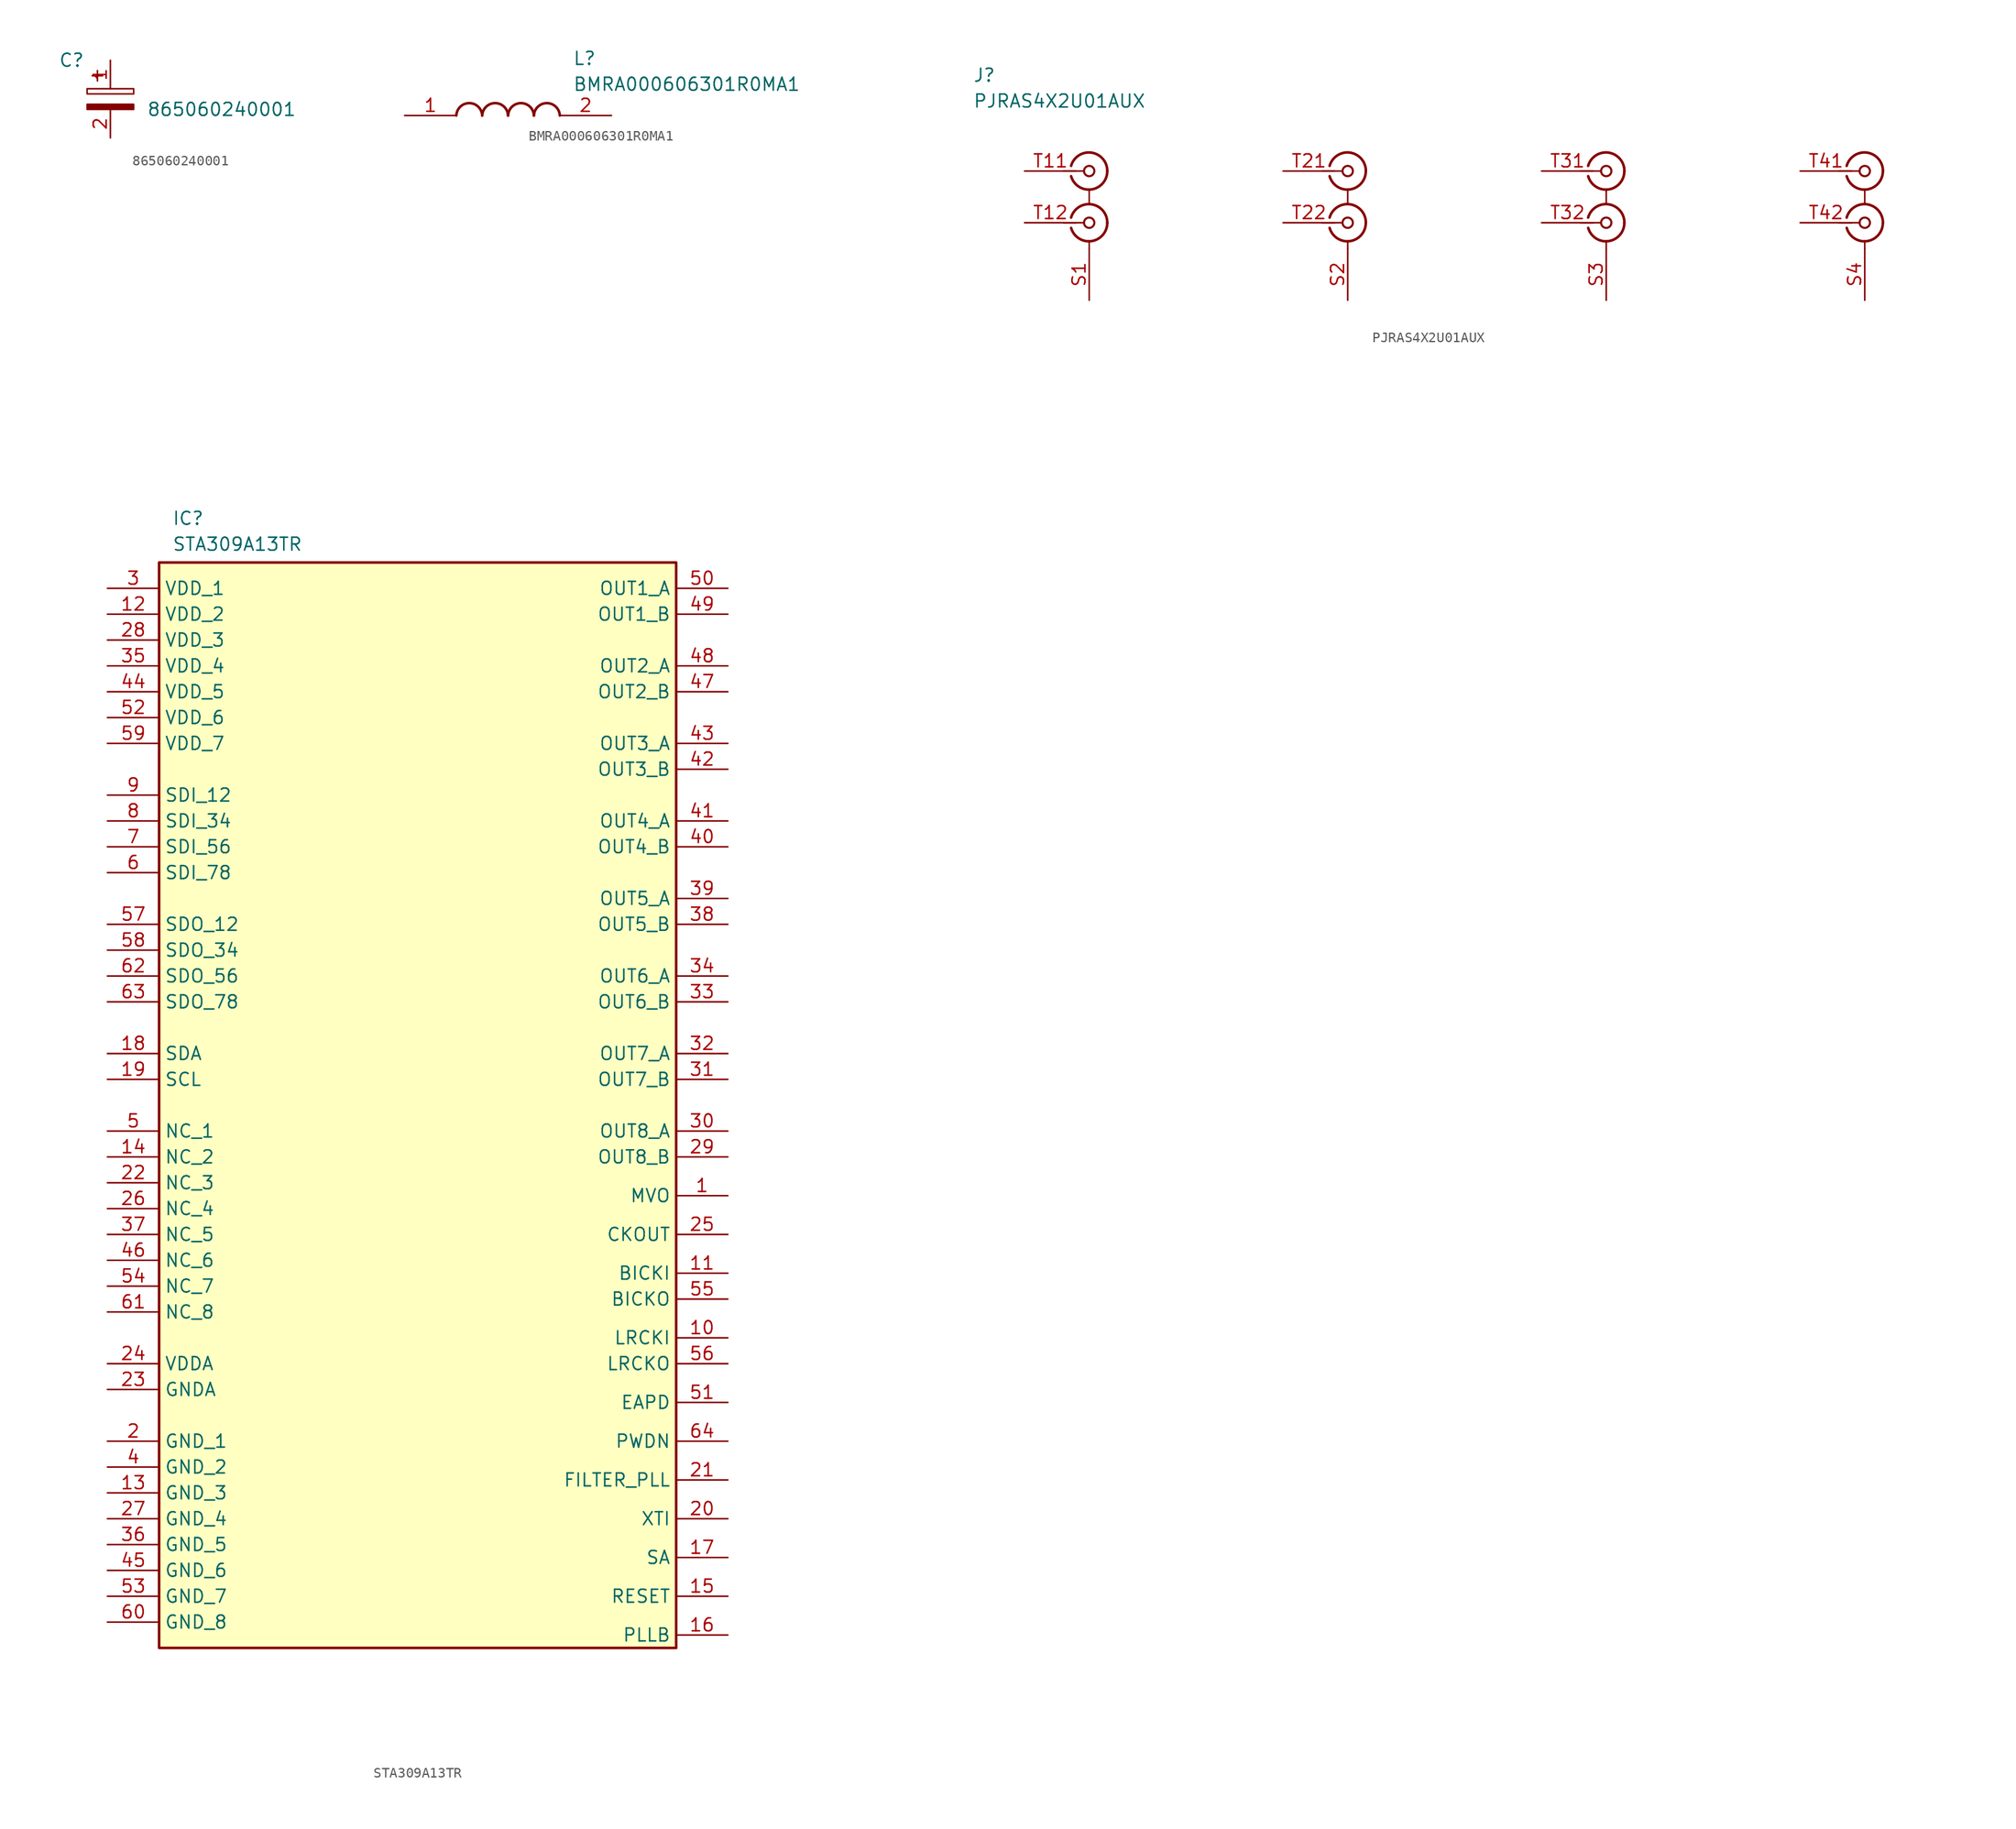
<source format=kicad_sym>
(kicad_symbol_lib
  (version 20241209)
  (generator "kicad_symbol_editor")
  (generator_version "9.0")
  (symbol "865060240001"
    (property "Reference" "C"
      (at 0 0 0)
      (effects (font (size 1.27 1.27))))
    (property "Value" "865060240001"
      (at 14.732 -4.826 0)
      (effects (font (size 1.27 1.27))))
    (symbol "865060240001_0_1"
      (rectangle (start 1.524 -3.302) (end 6.096 -2.794) (stroke (width 0) (type default)) (fill (type none)))
      (polyline (pts (xy 2.032 -1.524) (xy 3.048 -1.524)) (stroke (width 0) (type default)) (fill (type none)))
      (polyline (pts (xy 2.54 -1.016) (xy 2.54 -2.032)) (stroke (width 0) (type default)) (fill (type none)))
      (rectangle (start 6.096 -4.318) (end 1.524 -4.826) (stroke (width 0) (type default)) (fill (type outline))))
    (symbol "865060240001_1_1"
      (pin passive line (at 3.81 0 270) (length 2.794) (name "~" (effects (font (size 1.27 1.27)))) (number "1" (effects (font (size 1.27 1.27)))))
      (pin passive line (at 3.81 -7.62 90) (length 2.794) (name "~" (effects (font (size 1.27 1.27)))) (number "2" (effects (font (size 1.27 1.27)))))))
  (symbol "BMRA000606301R0MA1"
    (pin_names
      (hide yes))
    (property "Reference" "L"
      (at 16.51 6.35 0)
      (effects (font (size 1.27 1.27)) (justify left top)))
    (property "Value" "BMRA000606301R0MA1"
      (at 16.51 3.81 0)
      (effects (font (size 1.27 1.27)) (justify left top)))
    (symbol "BMRA000606301R0MA1_1_1"
      (arc (start 5.08 0) (mid 6.35 1.219) (end 7.62 0) (stroke (width 0.254) (type default)) (fill (type none)))
      (arc (start 7.62 0) (mid 8.89 1.219) (end 10.16 0) (stroke (width 0.254) (type default)) (fill (type none)))
      (arc (start 10.16 0) (mid 11.43 1.219) (end 12.7 0) (stroke (width 0.254) (type default)) (fill (type none)))
      (arc (start 12.7 0) (mid 13.97 1.219) (end 15.24 0) (stroke (width 0.254) (type default)) (fill (type none)))
      (pin passive line (at 0 0 0) (length 5.08) (name "1" (effects (font (size 1.27 1.27)))) (number "1" (effects (font (size 1.27 1.27)))))
      (pin passive line (at 20.32 0 180) (length 5.08) (name "2" (effects (font (size 1.27 1.27)))) (number "2" (effects (font (size 1.27 1.27)))))))
  (symbol "PJRAS4X2U01AUX"
    (property "Reference" "J"
      (at 1.27 6.35 0)
      (effects (font (size 1.27 1.27)) (justify left top)))
    (property "Value" "PJRAS4X2U01AUX"
      (at 1.27 3.81 0)
      (effects (font (size 1.27 1.27)) (justify left top)))
    (symbol "PJRAS4X2U01AUX_0_1"
      (polyline (pts (xy 10.16 -3.81) (xy 12.192 -3.81)) (stroke (width 0) (type default)) (fill (type none)))
      (polyline (pts (xy 10.16 -8.89) (xy 12.192 -8.89)) (stroke (width 0) (type default)) (fill (type none)))
      (arc (start 10.922 -3.302) (mid 12.9221 -2.0016) (end 14.478 -3.81) (stroke (width 0.254) (type default)) (fill (type none)))
      (arc (start 14.478 -3.81) (mid 12.922 -5.6179) (end 10.922 -4.318) (stroke (width 0.254) (type default)) (fill (type none)))
      (arc (start 10.922 -8.382) (mid 12.9221 -7.0816) (end 14.478 -8.89) (stroke (width 0.254) (type default)) (fill (type none)))
      (arc (start 14.478 -8.89) (mid 12.922 -10.6979) (end 10.922 -9.398) (stroke (width 0.254) (type default)) (fill (type none)))
      (circle (center 12.7 -3.81) (radius 0.508) (stroke (width 0.203) (type default)) (fill (type none)))
      (polyline (pts (xy 12.7 -5.588) (xy 12.7 -6.985)) (stroke (width 0) (type default)) (fill (type none)))
      (circle (center 12.7 -8.89) (radius 0.508) (stroke (width 0.203) (type default)) (fill (type none)))
      (polyline (pts (xy 12.7 -11.43) (xy 12.7 -10.668)) (stroke (width 0) (type default)) (fill (type none)))
      (polyline (pts (xy 35.56 -3.81) (xy 37.592 -3.81)) (stroke (width 0) (type default)) (fill (type none)))
      (polyline (pts (xy 35.56 -8.89) (xy 37.592 -8.89)) (stroke (width 0) (type default)) (fill (type none)))
      (arc (start 36.322 -3.302) (mid 38.3221 -2.0016) (end 39.878 -3.81) (stroke (width 0.254) (type default)) (fill (type none)))
      (arc (start 39.878 -3.81) (mid 38.322 -5.6179) (end 36.322 -4.318) (stroke (width 0.254) (type default)) (fill (type none)))
      (arc (start 36.322 -8.382) (mid 38.3221 -7.0816) (end 39.878 -8.89) (stroke (width 0.254) (type default)) (fill (type none)))
      (arc (start 39.878 -8.89) (mid 38.322 -10.6979) (end 36.322 -9.398) (stroke (width 0.254) (type default)) (fill (type none)))
      (circle (center 38.1 -3.81) (radius 0.508) (stroke (width 0.203) (type default)) (fill (type none)))
      (polyline (pts (xy 38.1 -5.588) (xy 38.1 -6.985)) (stroke (width 0) (type default)) (fill (type none)))
      (circle (center 38.1 -8.89) (radius 0.508) (stroke (width 0.203) (type default)) (fill (type none)))
      (polyline (pts (xy 38.1 -11.43) (xy 38.1 -10.668)) (stroke (width 0) (type default)) (fill (type none)))
      (polyline (pts (xy 60.96 -3.81) (xy 62.992 -3.81)) (stroke (width 0) (type default)) (fill (type none)))
      (polyline (pts (xy 60.96 -8.89) (xy 62.992 -8.89)) (stroke (width 0) (type default)) (fill (type none)))
      (arc (start 61.722 -3.302) (mid 63.7221 -2.0016) (end 65.278 -3.81) (stroke (width 0.254) (type default)) (fill (type none)))
      (arc (start 65.278 -3.81) (mid 63.722 -5.6179) (end 61.722 -4.318) (stroke (width 0.254) (type default)) (fill (type none)))
      (arc (start 61.722 -8.382) (mid 63.7221 -7.0816) (end 65.278 -8.89) (stroke (width 0.254) (type default)) (fill (type none)))
      (arc (start 65.278 -8.89) (mid 63.722 -10.6979) (end 61.722 -9.398) (stroke (width 0.254) (type default)) (fill (type none)))
      (circle (center 63.5 -3.81) (radius 0.508) (stroke (width 0.203) (type default)) (fill (type none)))
      (polyline (pts (xy 63.5 -5.588) (xy 63.5 -6.985)) (stroke (width 0) (type default)) (fill (type none)))
      (circle (center 63.5 -8.89) (radius 0.508) (stroke (width 0.203) (type default)) (fill (type none)))
      (polyline (pts (xy 63.5 -11.43) (xy 63.5 -10.668)) (stroke (width 0) (type default)) (fill (type none)))
      (polyline (pts (xy 86.36 -3.81) (xy 88.392 -3.81)) (stroke (width 0) (type default)) (fill (type none)))
      (polyline (pts (xy 86.36 -8.89) (xy 88.392 -8.89)) (stroke (width 0) (type default)) (fill (type none)))
      (arc (start 87.122 -3.302) (mid 89.1221 -2.0016) (end 90.678 -3.81) (stroke (width 0.254) (type default)) (fill (type none)))
      (arc (start 90.678 -3.81) (mid 89.122 -5.6179) (end 87.122 -4.318) (stroke (width 0.254) (type default)) (fill (type none)))
      (arc (start 87.122 -8.382) (mid 89.1221 -7.0816) (end 90.678 -8.89) (stroke (width 0.254) (type default)) (fill (type none)))
      (arc (start 90.678 -8.89) (mid 89.122 -10.6979) (end 87.122 -9.398) (stroke (width 0.254) (type default)) (fill (type none)))
      (circle (center 88.9 -3.81) (radius 0.508) (stroke (width 0.203) (type default)) (fill (type none)))
      (polyline (pts (xy 88.9 -5.588) (xy 88.9 -6.985)) (stroke (width 0) (type default)) (fill (type none)))
      (circle (center 88.9 -8.89) (radius 0.508) (stroke (width 0.203) (type default)) (fill (type none)))
      (polyline (pts (xy 88.9 -11.43) (xy 88.9 -10.668)) (stroke (width 0) (type default)) (fill (type none))))
    (symbol "PJRAS4X2U01AUX_1_1"
      (pin passive line (at 6.35 -3.81 0) (length 5.08) (name "" (effects (font (size 1.27 1.27)))) (number "T11" (effects (font (size 1.27 1.27)))))
      (pin passive line (at 6.35 -8.89 0) (length 5.08) (name "" (effects (font (size 1.27 1.27)))) (number "T12" (effects (font (size 1.27 1.27)))))
      (pin passive line (at 12.7 -16.51 90) (length 5.08) (name "" (effects (font (size 1.27 1.27)))) (number "S1" (effects (font (size 1.27 1.27)))))
      (pin passive line (at 31.75 -3.81 0) (length 5.08) (name "" (effects (font (size 1.27 1.27)))) (number "T21" (effects (font (size 1.27 1.27)))))
      (pin passive line (at 31.75 -8.89 0) (length 5.08) (name "" (effects (font (size 1.27 1.27)))) (number "T22" (effects (font (size 1.27 1.27)))))
      (pin passive line (at 38.1 -16.51 90) (length 5.08) (name "" (effects (font (size 1.27 1.27)))) (number "S2" (effects (font (size 1.27 1.27)))))
      (pin passive line (at 57.15 -3.81 0) (length 5.08) (name "" (effects (font (size 1.27 1.27)))) (number "T31" (effects (font (size 1.27 1.27)))))
      (pin passive line (at 57.15 -8.89 0) (length 5.08) (name "" (effects (font (size 1.27 1.27)))) (number "T32" (effects (font (size 1.27 1.27)))))
      (pin passive line (at 63.5 -16.51 90) (length 5.08) (name "" (effects (font (size 1.27 1.27)))) (number "S3" (effects (font (size 1.27 1.27)))))
      (pin passive line (at 82.55 -3.81 0) (length 5.08) (name "" (effects (font (size 1.27 1.27)))) (number "T41" (effects (font (size 1.27 1.27)))))
      (pin passive line (at 82.55 -8.89 0) (length 5.08) (name "" (effects (font (size 1.27 1.27)))) (number "T42" (effects (font (size 1.27 1.27)))))
      (pin passive line (at 88.9 -16.51 90) (length 5.08) (name "" (effects (font (size 1.27 1.27)))) (number "S4" (effects (font (size 1.27 1.27)))))))
  (symbol "STA309A13TR"
    (property "Reference" "IC"
      (at 1.27 135.89 0)
      (effects (font (size 1.27 1.27)) (justify left top)))
    (property "Value" "STA309A13TR"
      (at 1.27 133.35 0)
      (effects (font (size 1.27 1.27)) (justify left top)))
    (symbol "STA309A13TR_1_1"
      (rectangle (start 0 130.81) (end 50.8 24.13) (stroke (width 0.254) (type default)) (fill (type background)))
      (pin power_in line (at -5.08 128.27 0) (length 5.08) (name "VDD_1" (effects (font (size 1.27 1.27)))) (number "3" (effects (font (size 1.27 1.27)))))
      (pin power_in line (at -5.08 125.73 0) (length 5.08) (name "VDD_2" (effects (font (size 1.27 1.27)))) (number "12" (effects (font (size 1.27 1.27)))))
      (pin power_in line (at -5.08 123.19 0) (length 5.08) (name "VDD_3" (effects (font (size 1.27 1.27)))) (number "28" (effects (font (size 1.27 1.27)))))
      (pin power_in line (at -5.08 120.65 0) (length 5.08) (name "VDD_4" (effects (font (size 1.27 1.27)))) (number "35" (effects (font (size 1.27 1.27)))))
      (pin power_in line (at -5.08 118.11 0) (length 5.08) (name "VDD_5" (effects (font (size 1.27 1.27)))) (number "44" (effects (font (size 1.27 1.27)))))
      (pin power_in line (at -5.08 115.57 0) (length 5.08) (name "VDD_6" (effects (font (size 1.27 1.27)))) (number "52" (effects (font (size 1.27 1.27)))))
      (pin power_in line (at -5.08 113.03 0) (length 5.08) (name "VDD_7" (effects (font (size 1.27 1.27)))) (number "59" (effects (font (size 1.27 1.27)))))
      (pin input line (at -5.08 107.95 0) (length 5.08) (name "SDI_12" (effects (font (size 1.27 1.27)))) (number "9" (effects (font (size 1.27 1.27)))))
      (pin input line (at -5.08 105.41 0) (length 5.08) (name "SDI_34" (effects (font (size 1.27 1.27)))) (number "8" (effects (font (size 1.27 1.27)))))
      (pin input line (at -5.08 102.87 0) (length 5.08) (name "SDI_56" (effects (font (size 1.27 1.27)))) (number "7" (effects (font (size 1.27 1.27)))))
      (pin input line (at -5.08 100.33 0) (length 5.08) (name "SDI_78" (effects (font (size 1.27 1.27)))) (number "6" (effects (font (size 1.27 1.27)))))
      (pin output line (at -5.08 95.25 0) (length 5.08) (name "SDO_12" (effects (font (size 1.27 1.27)))) (number "57" (effects (font (size 1.27 1.27)))))
      (pin output line (at -5.08 92.71 0) (length 5.08) (name "SDO_34" (effects (font (size 1.27 1.27)))) (number "58" (effects (font (size 1.27 1.27)))))
      (pin output line (at -5.08 90.17 0) (length 5.08) (name "SDO_56" (effects (font (size 1.27 1.27)))) (number "62" (effects (font (size 1.27 1.27)))))
      (pin output line (at -5.08 87.63 0) (length 5.08) (name "SDO_78" (effects (font (size 1.27 1.27)))) (number "63" (effects (font (size 1.27 1.27)))))
      (pin bidirectional line (at -5.08 82.55 0) (length 5.08) (name "SDA" (effects (font (size 1.27 1.27)))) (number "18" (effects (font (size 1.27 1.27)))))
      (pin input line (at -5.08 80.01 0) (length 5.08) (name "SCL" (effects (font (size 1.27 1.27)))) (number "19" (effects (font (size 1.27 1.27)))))
      (pin passive line (at -5.08 74.93 0) (length 5.08) (name "NC_1" (effects (font (size 1.27 1.27)))) (number "5" (effects (font (size 1.27 1.27)))))
      (pin passive line (at -5.08 72.39 0) (length 5.08) (name "NC_2" (effects (font (size 1.27 1.27)))) (number "14" (effects (font (size 1.27 1.27)))))
      (pin passive line (at -5.08 69.85 0) (length 5.08) (name "NC_3" (effects (font (size 1.27 1.27)))) (number "22" (effects (font (size 1.27 1.27)))))
      (pin passive line (at -5.08 67.31 0) (length 5.08) (name "NC_4" (effects (font (size 1.27 1.27)))) (number "26" (effects (font (size 1.27 1.27)))))
      (pin passive line (at -5.08 64.77 0) (length 5.08) (name "NC_5" (effects (font (size 1.27 1.27)))) (number "37" (effects (font (size 1.27 1.27)))))
      (pin passive line (at -5.08 62.23 0) (length 5.08) (name "NC_6" (effects (font (size 1.27 1.27)))) (number "46" (effects (font (size 1.27 1.27)))))
      (pin passive line (at -5.08 59.69 0) (length 5.08) (name "NC_7" (effects (font (size 1.27 1.27)))) (number "54" (effects (font (size 1.27 1.27)))))
      (pin passive line (at -5.08 57.15 0) (length 5.08) (name "NC_8" (effects (font (size 1.27 1.27)))) (number "61" (effects (font (size 1.27 1.27)))))
      (pin power_in line (at -5.08 52.07 0) (length 5.08) (name "VDDA" (effects (font (size 1.27 1.27)))) (number "24" (effects (font (size 1.27 1.27)))))
      (pin power_in line (at -5.08 49.53 0) (length 5.08) (name "GNDA" (effects (font (size 1.27 1.27)))) (number "23" (effects (font (size 1.27 1.27)))))
      (pin power_in line (at -5.08 44.45 0) (length 5.08) (name "GND_1" (effects (font (size 1.27 1.27)))) (number "2" (effects (font (size 1.27 1.27)))))
      (pin power_in line (at -5.08 41.91 0) (length 5.08) (name "GND_2" (effects (font (size 1.27 1.27)))) (number "4" (effects (font (size 1.27 1.27)))))
      (pin power_in line (at -5.08 39.37 0) (length 5.08) (name "GND_3" (effects (font (size 1.27 1.27)))) (number "13" (effects (font (size 1.27 1.27)))))
      (pin power_in line (at -5.08 36.83 0) (length 5.08) (name "GND_4" (effects (font (size 1.27 1.27)))) (number "27" (effects (font (size 1.27 1.27)))))
      (pin power_in line (at -5.08 34.29 0) (length 5.08) (name "GND_5" (effects (font (size 1.27 1.27)))) (number "36" (effects (font (size 1.27 1.27)))))
      (pin power_in line (at -5.08 31.75 0) (length 5.08) (name "GND_6" (effects (font (size 1.27 1.27)))) (number "45" (effects (font (size 1.27 1.27)))))
      (pin power_in line (at -5.08 29.21 0) (length 5.08) (name "GND_7" (effects (font (size 1.27 1.27)))) (number "53" (effects (font (size 1.27 1.27)))))
      (pin power_in line (at -5.08 26.67 0) (length 5.08) (name "GND_8" (effects (font (size 1.27 1.27)))) (number "60" (effects (font (size 1.27 1.27)))))
      (pin output line (at 55.88 128.27 180) (length 5.08) (name "OUT1_A" (effects (font (size 1.27 1.27)))) (number "50" (effects (font (size 1.27 1.27)))))
      (pin output line (at 55.88 125.73 180) (length 5.08) (name "OUT1_B" (effects (font (size 1.27 1.27)))) (number "49" (effects (font (size 1.27 1.27)))))
      (pin output line (at 55.88 120.65 180) (length 5.08) (name "OUT2_A" (effects (font (size 1.27 1.27)))) (number "48" (effects (font (size 1.27 1.27)))))
      (pin output line (at 55.88 118.11 180) (length 5.08) (name "OUT2_B" (effects (font (size 1.27 1.27)))) (number "47" (effects (font (size 1.27 1.27)))))
      (pin output line (at 55.88 113.03 180) (length 5.08) (name "OUT3_A" (effects (font (size 1.27 1.27)))) (number "43" (effects (font (size 1.27 1.27)))))
      (pin output line (at 55.88 110.49 180) (length 5.08) (name "OUT3_B" (effects (font (size 1.27 1.27)))) (number "42" (effects (font (size 1.27 1.27)))))
      (pin output line (at 55.88 105.41 180) (length 5.08) (name "OUT4_A" (effects (font (size 1.27 1.27)))) (number "41" (effects (font (size 1.27 1.27)))))
      (pin output line (at 55.88 102.87 180) (length 5.08) (name "OUT4_B" (effects (font (size 1.27 1.27)))) (number "40" (effects (font (size 1.27 1.27)))))
      (pin output line (at 55.88 97.79 180) (length 5.08) (name "OUT5_A" (effects (font (size 1.27 1.27)))) (number "39" (effects (font (size 1.27 1.27)))))
      (pin output line (at 55.88 95.25 180) (length 5.08) (name "OUT5_B" (effects (font (size 1.27 1.27)))) (number "38" (effects (font (size 1.27 1.27)))))
      (pin output line (at 55.88 90.17 180) (length 5.08) (name "OUT6_A" (effects (font (size 1.27 1.27)))) (number "34" (effects (font (size 1.27 1.27)))))
      (pin output line (at 55.88 87.63 180) (length 5.08) (name "OUT6_B" (effects (font (size 1.27 1.27)))) (number "33" (effects (font (size 1.27 1.27)))))
      (pin output line (at 55.88 82.55 180) (length 5.08) (name "OUT7_A" (effects (font (size 1.27 1.27)))) (number "32" (effects (font (size 1.27 1.27)))))
      (pin output line (at 55.88 80.01 180) (length 5.08) (name "OUT7_B" (effects (font (size 1.27 1.27)))) (number "31" (effects (font (size 1.27 1.27)))))
      (pin output line (at 55.88 74.93 180) (length 5.08) (name "OUT8_A" (effects (font (size 1.27 1.27)))) (number "30" (effects (font (size 1.27 1.27)))))
      (pin output line (at 55.88 72.39 180) (length 5.08) (name "OUT8_B" (effects (font (size 1.27 1.27)))) (number "29" (effects (font (size 1.27 1.27)))))
      (pin input line (at 55.88 68.58 180) (length 5.08) (name "MVO" (effects (font (size 1.27 1.27)))) (number "1" (effects (font (size 1.27 1.27)))))
      (pin output line (at 55.88 64.77 180) (length 5.08) (name "CKOUT" (effects (font (size 1.27 1.27)))) (number "25" (effects (font (size 1.27 1.27)))))
      (pin input line (at 55.88 60.96 180) (length 5.08) (name "BICKI" (effects (font (size 1.27 1.27)))) (number "11" (effects (font (size 1.27 1.27)))))
      (pin output line (at 55.88 58.42 180) (length 5.08) (name "BICKO" (effects (font (size 1.27 1.27)))) (number "55" (effects (font (size 1.27 1.27)))))
      (pin input line (at 55.88 54.61 180) (length 5.08) (name "LRCKI" (effects (font (size 1.27 1.27)))) (number "10" (effects (font (size 1.27 1.27)))))
      (pin output line (at 55.88 52.07 180) (length 5.08) (name "LRCKO" (effects (font (size 1.27 1.27)))) (number "56" (effects (font (size 1.27 1.27)))))
      (pin power_in line (at 55.88 48.26 180) (length 5.08) (name "EAPD" (effects (font (size 1.27 1.27)))) (number "51" (effects (font (size 1.27 1.27)))))
      (pin power_in line (at 55.88 44.45 180) (length 5.08) (name "PWDN" (effects (font (size 1.27 1.27)))) (number "64" (effects (font (size 1.27 1.27)))))
      (pin power_in line (at 55.88 40.64 180) (length 5.08) (name "FILTER_PLL" (effects (font (size 1.27 1.27)))) (number "21" (effects (font (size 1.27 1.27)))))
      (pin input line (at 55.88 36.83 180) (length 5.08) (name "XTI" (effects (font (size 1.27 1.27)))) (number "20" (effects (font (size 1.27 1.27)))))
      (pin input line (at 55.88 33.02 180) (length 5.08) (name "SA" (effects (font (size 1.27 1.27)))) (number "17" (effects (font (size 1.27 1.27)))))
      (pin power_in line (at 55.88 29.21 180) (length 5.08) (name "RESET" (effects (font (size 1.27 1.27)))) (number "15" (effects (font (size 1.27 1.27)))))
      (pin input line (at 55.88 25.4 180) (length 5.08) (name "PLLB" (effects (font (size 1.27 1.27)))) (number "16" (effects (font (size 1.27 1.27))))))))
</source>
